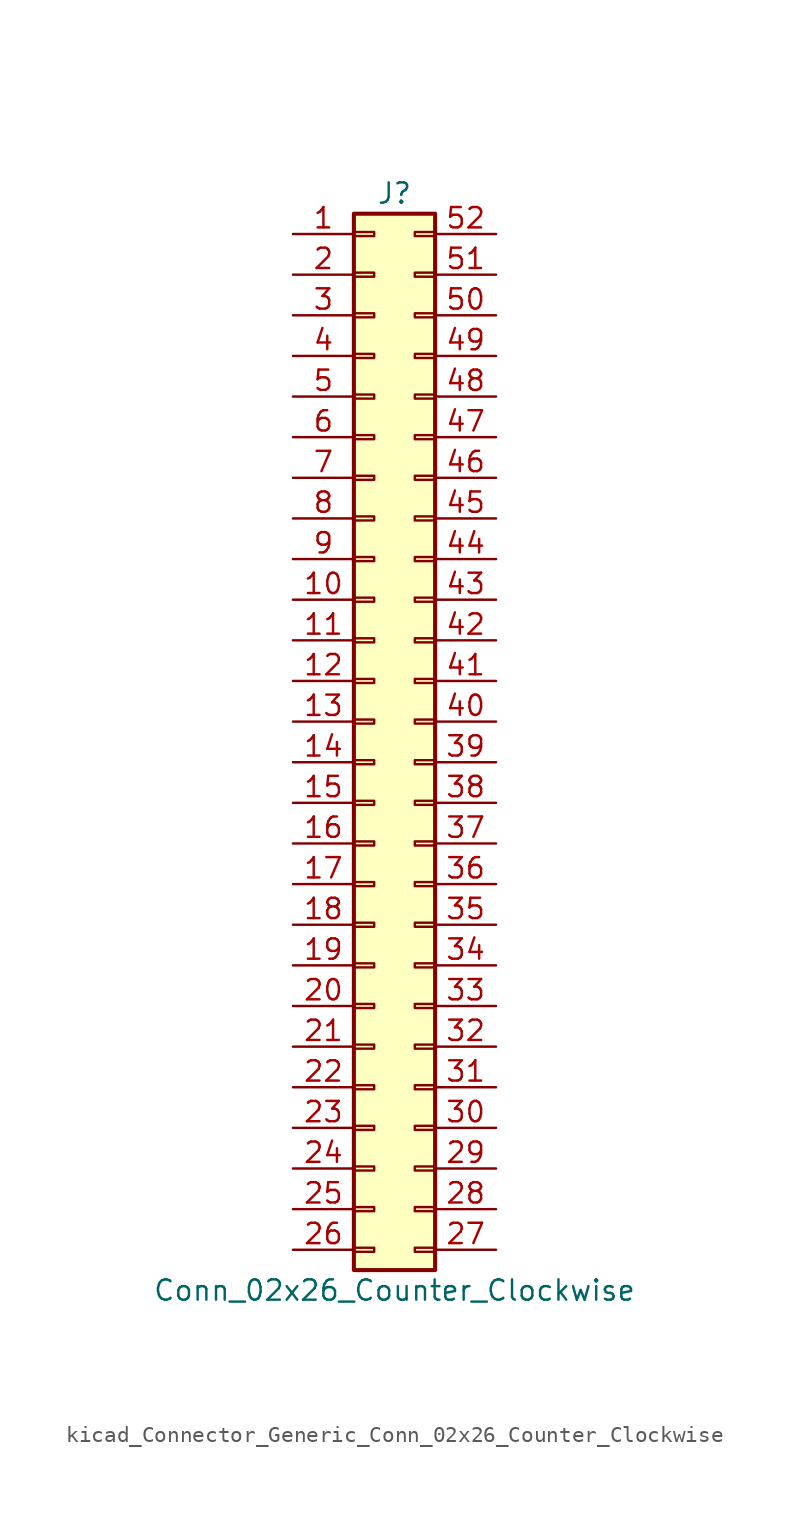
<source format=kicad_sym>
(kicad_symbol_lib
  (version 20220914)
  (generator kicad_symbol_editor)
  (symbol "kicad_Connector_Generic_Conn_02x26_Counter_Clockwise"
    (pin_names
      (offset 1.016) hide)
    (property "Reference" "J"
      (at 1.27 33.02 0)
      (effects (font (size 1.27 1.27))))
    (property "Value" "Conn_02x26_Counter_Clockwise"
      (at 1.27 -35.56 0)
      (effects (font (size 1.27 1.27))))
    (symbol "kicad_Connector_Generic_Conn_02x26_Counter_Clockwise_1_1"
      (rectangle (start -1.27 -32.893) (end 0 -33.147) (stroke (width 0.152) (type default)) (fill (type none)))
      (rectangle (start -1.27 -30.353) (end 0 -30.607) (stroke (width 0.152) (type default)) (fill (type none)))
      (rectangle (start -1.27 -27.813) (end 0 -28.067) (stroke (width 0.152) (type default)) (fill (type none)))
      (rectangle (start -1.27 -25.273) (end 0 -25.527) (stroke (width 0.152) (type default)) (fill (type none)))
      (rectangle (start -1.27 -22.733) (end 0 -22.987) (stroke (width 0.152) (type default)) (fill (type none)))
      (rectangle (start -1.27 -20.193) (end 0 -20.447) (stroke (width 0.152) (type default)) (fill (type none)))
      (rectangle (start -1.27 -17.653) (end 0 -17.907) (stroke (width 0.152) (type default)) (fill (type none)))
      (rectangle (start -1.27 -15.113) (end 0 -15.367) (stroke (width 0.152) (type default)) (fill (type none)))
      (rectangle (start -1.27 -12.573) (end 0 -12.827) (stroke (width 0.152) (type default)) (fill (type none)))
      (rectangle (start -1.27 -10.033) (end 0 -10.287) (stroke (width 0.152) (type default)) (fill (type none)))
      (rectangle (start -1.27 -7.493) (end 0 -7.747) (stroke (width 0.152) (type default)) (fill (type none)))
      (rectangle (start -1.27 -4.953) (end 0 -5.207) (stroke (width 0.152) (type default)) (fill (type none)))
      (rectangle (start -1.27 -2.413) (end 0 -2.667) (stroke (width 0.152) (type default)) (fill (type none)))
      (rectangle (start -1.27 0.127) (end 0 -0.127) (stroke (width 0.152) (type default)) (fill (type none)))
      (rectangle (start -1.27 2.667) (end 0 2.413) (stroke (width 0.152) (type default)) (fill (type none)))
      (rectangle (start -1.27 5.207) (end 0 4.953) (stroke (width 0.152) (type default)) (fill (type none)))
      (rectangle (start -1.27 7.747) (end 0 7.493) (stroke (width 0.152) (type default)) (fill (type none)))
      (rectangle (start -1.27 10.287) (end 0 10.033) (stroke (width 0.152) (type default)) (fill (type none)))
      (rectangle (start -1.27 12.827) (end 0 12.573) (stroke (width 0.152) (type default)) (fill (type none)))
      (rectangle (start -1.27 15.367) (end 0 15.113) (stroke (width 0.152) (type default)) (fill (type none)))
      (rectangle (start -1.27 17.907) (end 0 17.653) (stroke (width 0.152) (type default)) (fill (type none)))
      (rectangle (start -1.27 20.447) (end 0 20.193) (stroke (width 0.152) (type default)) (fill (type none)))
      (rectangle (start -1.27 22.987) (end 0 22.733) (stroke (width 0.152) (type default)) (fill (type none)))
      (rectangle (start -1.27 25.527) (end 0 25.273) (stroke (width 0.152) (type default)) (fill (type none)))
      (rectangle (start -1.27 28.067) (end 0 27.813) (stroke (width 0.152) (type default)) (fill (type none)))
      (rectangle (start -1.27 30.607) (end 0 30.353) (stroke (width 0.152) (type default)) (fill (type none)))
      (rectangle (start -1.27 31.75) (end 3.81 -34.29) (stroke (width 0.254) (type default)) (fill (type background)))
      (rectangle (start 3.81 -32.893) (end 2.54 -33.147) (stroke (width 0.152) (type default)) (fill (type none)))
      (rectangle (start 3.81 -30.353) (end 2.54 -30.607) (stroke (width 0.152) (type default)) (fill (type none)))
      (rectangle (start 3.81 -27.813) (end 2.54 -28.067) (stroke (width 0.152) (type default)) (fill (type none)))
      (rectangle (start 3.81 -25.273) (end 2.54 -25.527) (stroke (width 0.152) (type default)) (fill (type none)))
      (rectangle (start 3.81 -22.733) (end 2.54 -22.987) (stroke (width 0.152) (type default)) (fill (type none)))
      (rectangle (start 3.81 -20.193) (end 2.54 -20.447) (stroke (width 0.152) (type default)) (fill (type none)))
      (rectangle (start 3.81 -17.653) (end 2.54 -17.907) (stroke (width 0.152) (type default)) (fill (type none)))
      (rectangle (start 3.81 -15.113) (end 2.54 -15.367) (stroke (width 0.152) (type default)) (fill (type none)))
      (rectangle (start 3.81 -12.573) (end 2.54 -12.827) (stroke (width 0.152) (type default)) (fill (type none)))
      (rectangle (start 3.81 -10.033) (end 2.54 -10.287) (stroke (width 0.152) (type default)) (fill (type none)))
      (rectangle (start 3.81 -7.493) (end 2.54 -7.747) (stroke (width 0.152) (type default)) (fill (type none)))
      (rectangle (start 3.81 -4.953) (end 2.54 -5.207) (stroke (width 0.152) (type default)) (fill (type none)))
      (rectangle (start 3.81 -2.413) (end 2.54 -2.667) (stroke (width 0.152) (type default)) (fill (type none)))
      (rectangle (start 3.81 0.127) (end 2.54 -0.127) (stroke (width 0.152) (type default)) (fill (type none)))
      (rectangle (start 3.81 2.667) (end 2.54 2.413) (stroke (width 0.152) (type default)) (fill (type none)))
      (rectangle (start 3.81 5.207) (end 2.54 4.953) (stroke (width 0.152) (type default)) (fill (type none)))
      (rectangle (start 3.81 7.747) (end 2.54 7.493) (stroke (width 0.152) (type default)) (fill (type none)))
      (rectangle (start 3.81 10.287) (end 2.54 10.033) (stroke (width 0.152) (type default)) (fill (type none)))
      (rectangle (start 3.81 12.827) (end 2.54 12.573) (stroke (width 0.152) (type default)) (fill (type none)))
      (rectangle (start 3.81 15.367) (end 2.54 15.113) (stroke (width 0.152) (type default)) (fill (type none)))
      (rectangle (start 3.81 17.907) (end 2.54 17.653) (stroke (width 0.152) (type default)) (fill (type none)))
      (rectangle (start 3.81 20.447) (end 2.54 20.193) (stroke (width 0.152) (type default)) (fill (type none)))
      (rectangle (start 3.81 22.987) (end 2.54 22.733) (stroke (width 0.152) (type default)) (fill (type none)))
      (rectangle (start 3.81 25.527) (end 2.54 25.273) (stroke (width 0.152) (type default)) (fill (type none)))
      (rectangle (start 3.81 28.067) (end 2.54 27.813) (stroke (width 0.152) (type default)) (fill (type none)))
      (rectangle (start 3.81 30.607) (end 2.54 30.353) (stroke (width 0.152) (type default)) (fill (type none)))
      (pin passive line (at -5.08 30.48 0) (length 3.81) (name "Pin_1" (effects (font (size 1.27 1.27)))) (number "1" (effects (font (size 1.27 1.27)))))
      (pin passive line (at -5.08 7.62 0) (length 3.81) (name "Pin_10" (effects (font (size 1.27 1.27)))) (number "10" (effects (font (size 1.27 1.27)))))
      (pin passive line (at -5.08 5.08 0) (length 3.81) (name "Pin_11" (effects (font (size 1.27 1.27)))) (number "11" (effects (font (size 1.27 1.27)))))
      (pin passive line (at -5.08 2.54 0) (length 3.81) (name "Pin_12" (effects (font (size 1.27 1.27)))) (number "12" (effects (font (size 1.27 1.27)))))
      (pin passive line (at -5.08 0 0) (length 3.81) (name "Pin_13" (effects (font (size 1.27 1.27)))) (number "13" (effects (font (size 1.27 1.27)))))
      (pin passive line (at -5.08 -2.54 0) (length 3.81) (name "Pin_14" (effects (font (size 1.27 1.27)))) (number "14" (effects (font (size 1.27 1.27)))))
      (pin passive line (at -5.08 -5.08 0) (length 3.81) (name "Pin_15" (effects (font (size 1.27 1.27)))) (number "15" (effects (font (size 1.27 1.27)))))
      (pin passive line (at -5.08 -7.62 0) (length 3.81) (name "Pin_16" (effects (font (size 1.27 1.27)))) (number "16" (effects (font (size 1.27 1.27)))))
      (pin passive line (at -5.08 -10.16 0) (length 3.81) (name "Pin_17" (effects (font (size 1.27 1.27)))) (number "17" (effects (font (size 1.27 1.27)))))
      (pin passive line (at -5.08 -12.7 0) (length 3.81) (name "Pin_18" (effects (font (size 1.27 1.27)))) (number "18" (effects (font (size 1.27 1.27)))))
      (pin passive line (at -5.08 -15.24 0) (length 3.81) (name "Pin_19" (effects (font (size 1.27 1.27)))) (number "19" (effects (font (size 1.27 1.27)))))
      (pin passive line (at -5.08 27.94 0) (length 3.81) (name "Pin_2" (effects (font (size 1.27 1.27)))) (number "2" (effects (font (size 1.27 1.27)))))
      (pin passive line (at -5.08 -17.78 0) (length 3.81) (name "Pin_20" (effects (font (size 1.27 1.27)))) (number "20" (effects (font (size 1.27 1.27)))))
      (pin passive line (at -5.08 -20.32 0) (length 3.81) (name "Pin_21" (effects (font (size 1.27 1.27)))) (number "21" (effects (font (size 1.27 1.27)))))
      (pin passive line (at -5.08 -22.86 0) (length 3.81) (name "Pin_22" (effects (font (size 1.27 1.27)))) (number "22" (effects (font (size 1.27 1.27)))))
      (pin passive line (at -5.08 -25.4 0) (length 3.81) (name "Pin_23" (effects (font (size 1.27 1.27)))) (number "23" (effects (font (size 1.27 1.27)))))
      (pin passive line (at -5.08 -27.94 0) (length 3.81) (name "Pin_24" (effects (font (size 1.27 1.27)))) (number "24" (effects (font (size 1.27 1.27)))))
      (pin passive line (at -5.08 -30.48 0) (length 3.81) (name "Pin_25" (effects (font (size 1.27 1.27)))) (number "25" (effects (font (size 1.27 1.27)))))
      (pin passive line (at -5.08 -33.02 0) (length 3.81) (name "Pin_26" (effects (font (size 1.27 1.27)))) (number "26" (effects (font (size 1.27 1.27)))))
      (pin passive line (at 7.62 -33.02 180) (length 3.81) (name "Pin_27" (effects (font (size 1.27 1.27)))) (number "27" (effects (font (size 1.27 1.27)))))
      (pin passive line (at 7.62 -30.48 180) (length 3.81) (name "Pin_28" (effects (font (size 1.27 1.27)))) (number "28" (effects (font (size 1.27 1.27)))))
      (pin passive line (at 7.62 -27.94 180) (length 3.81) (name "Pin_29" (effects (font (size 1.27 1.27)))) (number "29" (effects (font (size 1.27 1.27)))))
      (pin passive line (at -5.08 25.4 0) (length 3.81) (name "Pin_3" (effects (font (size 1.27 1.27)))) (number "3" (effects (font (size 1.27 1.27)))))
      (pin passive line (at 7.62 -25.4 180) (length 3.81) (name "Pin_30" (effects (font (size 1.27 1.27)))) (number "30" (effects (font (size 1.27 1.27)))))
      (pin passive line (at 7.62 -22.86 180) (length 3.81) (name "Pin_31" (effects (font (size 1.27 1.27)))) (number "31" (effects (font (size 1.27 1.27)))))
      (pin passive line (at 7.62 -20.32 180) (length 3.81) (name "Pin_32" (effects (font (size 1.27 1.27)))) (number "32" (effects (font (size 1.27 1.27)))))
      (pin passive line (at 7.62 -17.78 180) (length 3.81) (name "Pin_33" (effects (font (size 1.27 1.27)))) (number "33" (effects (font (size 1.27 1.27)))))
      (pin passive line (at 7.62 -15.24 180) (length 3.81) (name "Pin_34" (effects (font (size 1.27 1.27)))) (number "34" (effects (font (size 1.27 1.27)))))
      (pin passive line (at 7.62 -12.7 180) (length 3.81) (name "Pin_35" (effects (font (size 1.27 1.27)))) (number "35" (effects (font (size 1.27 1.27)))))
      (pin passive line (at 7.62 -10.16 180) (length 3.81) (name "Pin_36" (effects (font (size 1.27 1.27)))) (number "36" (effects (font (size 1.27 1.27)))))
      (pin passive line (at 7.62 -7.62 180) (length 3.81) (name "Pin_37" (effects (font (size 1.27 1.27)))) (number "37" (effects (font (size 1.27 1.27)))))
      (pin passive line (at 7.62 -5.08 180) (length 3.81) (name "Pin_38" (effects (font (size 1.27 1.27)))) (number "38" (effects (font (size 1.27 1.27)))))
      (pin passive line (at 7.62 -2.54 180) (length 3.81) (name "Pin_39" (effects (font (size 1.27 1.27)))) (number "39" (effects (font (size 1.27 1.27)))))
      (pin passive line (at -5.08 22.86 0) (length 3.81) (name "Pin_4" (effects (font (size 1.27 1.27)))) (number "4" (effects (font (size 1.27 1.27)))))
      (pin passive line (at 7.62 0 180) (length 3.81) (name "Pin_40" (effects (font (size 1.27 1.27)))) (number "40" (effects (font (size 1.27 1.27)))))
      (pin passive line (at 7.62 2.54 180) (length 3.81) (name "Pin_41" (effects (font (size 1.27 1.27)))) (number "41" (effects (font (size 1.27 1.27)))))
      (pin passive line (at 7.62 5.08 180) (length 3.81) (name "Pin_42" (effects (font (size 1.27 1.27)))) (number "42" (effects (font (size 1.27 1.27)))))
      (pin passive line (at 7.62 7.62 180) (length 3.81) (name "Pin_43" (effects (font (size 1.27 1.27)))) (number "43" (effects (font (size 1.27 1.27)))))
      (pin passive line (at 7.62 10.16 180) (length 3.81) (name "Pin_44" (effects (font (size 1.27 1.27)))) (number "44" (effects (font (size 1.27 1.27)))))
      (pin passive line (at 7.62 12.7 180) (length 3.81) (name "Pin_45" (effects (font (size 1.27 1.27)))) (number "45" (effects (font (size 1.27 1.27)))))
      (pin passive line (at 7.62 15.24 180) (length 3.81) (name "Pin_46" (effects (font (size 1.27 1.27)))) (number "46" (effects (font (size 1.27 1.27)))))
      (pin passive line (at 7.62 17.78 180) (length 3.81) (name "Pin_47" (effects (font (size 1.27 1.27)))) (number "47" (effects (font (size 1.27 1.27)))))
      (pin passive line (at 7.62 20.32 180) (length 3.81) (name "Pin_48" (effects (font (size 1.27 1.27)))) (number "48" (effects (font (size 1.27 1.27)))))
      (pin passive line (at 7.62 22.86 180) (length 3.81) (name "Pin_49" (effects (font (size 1.27 1.27)))) (number "49" (effects (font (size 1.27 1.27)))))
      (pin passive line (at -5.08 20.32 0) (length 3.81) (name "Pin_5" (effects (font (size 1.27 1.27)))) (number "5" (effects (font (size 1.27 1.27)))))
      (pin passive line (at 7.62 25.4 180) (length 3.81) (name "Pin_50" (effects (font (size 1.27 1.27)))) (number "50" (effects (font (size 1.27 1.27)))))
      (pin passive line (at 7.62 27.94 180) (length 3.81) (name "Pin_51" (effects (font (size 1.27 1.27)))) (number "51" (effects (font (size 1.27 1.27)))))
      (pin passive line (at 7.62 30.48 180) (length 3.81) (name "Pin_52" (effects (font (size 1.27 1.27)))) (number "52" (effects (font (size 1.27 1.27)))))
      (pin passive line (at -5.08 17.78 0) (length 3.81) (name "Pin_6" (effects (font (size 1.27 1.27)))) (number "6" (effects (font (size 1.27 1.27)))))
      (pin passive line (at -5.08 15.24 0) (length 3.81) (name "Pin_7" (effects (font (size 1.27 1.27)))) (number "7" (effects (font (size 1.27 1.27)))))
      (pin passive line (at -5.08 12.7 0) (length 3.81) (name "Pin_8" (effects (font (size 1.27 1.27)))) (number "8" (effects (font (size 1.27 1.27)))))
      (pin passive line (at -5.08 10.16 0) (length 3.81) (name "Pin_9" (effects (font (size 1.27 1.27)))) (number "9" (effects (font (size 1.27 1.27))))))))
</source>
